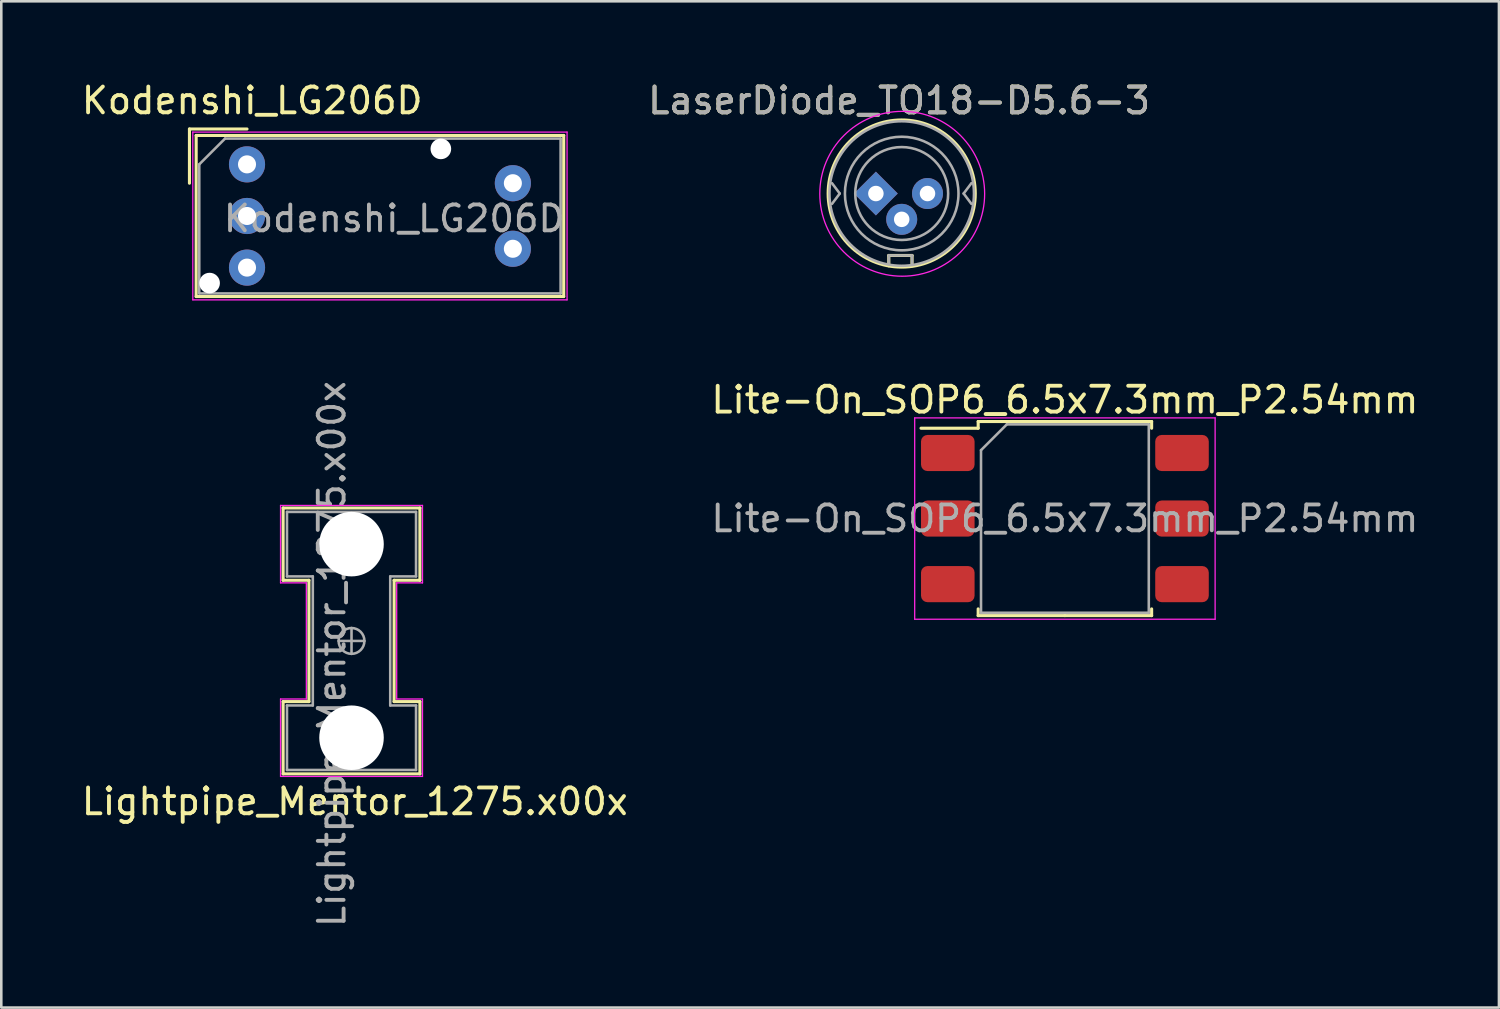
<source format=kicad_pcb>
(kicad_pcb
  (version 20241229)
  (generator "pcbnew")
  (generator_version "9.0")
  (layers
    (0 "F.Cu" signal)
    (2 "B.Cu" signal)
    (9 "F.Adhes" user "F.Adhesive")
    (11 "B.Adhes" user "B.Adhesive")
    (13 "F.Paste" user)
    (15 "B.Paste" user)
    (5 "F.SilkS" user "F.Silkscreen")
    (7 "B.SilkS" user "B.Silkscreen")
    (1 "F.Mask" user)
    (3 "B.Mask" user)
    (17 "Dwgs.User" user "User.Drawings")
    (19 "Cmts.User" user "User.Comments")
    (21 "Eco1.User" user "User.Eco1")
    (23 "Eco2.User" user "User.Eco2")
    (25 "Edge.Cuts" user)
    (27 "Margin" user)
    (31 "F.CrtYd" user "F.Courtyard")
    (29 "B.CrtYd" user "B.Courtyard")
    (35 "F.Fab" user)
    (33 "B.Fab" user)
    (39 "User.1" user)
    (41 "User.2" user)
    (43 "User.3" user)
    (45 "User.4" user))
  (footprint "Lightpipe_Mentor_1275.x00x"
    (layer "F.Cu")
    (at 10.569 21.782)
    (property "Reference" "Lightpipe_Mentor_1275.x00x" (at 0.127 6.223 0) (layer "F.SilkS") (effects (font (size 1 1) (thickness 0.15))))
    (attr through_hole)
    (fp_line (start -2.65 -5.15) (end 2.65 -5.15) (stroke (width 0.12) (type solid)) (layer "F.SilkS"))
    (fp_line (start -2.65 -2.35) (end -2.65 -5.15) (stroke (width 0.12) (type solid)) (layer "F.SilkS"))
    (fp_line (start -2.65 2.35) (end -2.65 5.15) (stroke (width 0.12) (type solid)) (layer "F.SilkS"))
    (fp_line (start -1.65 -2.35) (end -2.65 -2.35) (stroke (width 0.12) (type solid)) (layer "F.SilkS"))
    (fp_line (start -1.65 -2.35) (end -1.65 2.35) (stroke (width 0.12) (type solid)) (layer "F.SilkS"))
    (fp_line (start -1.65 2.35) (end -2.65 2.35) (stroke (width 0.12) (type solid)) (layer "F.SilkS"))
    (fp_line (start 1.65 -2.35) (end 1.65 2.35) (stroke (width 0.12) (type solid)) (layer "F.SilkS"))
    (fp_line (start 1.65 -2.35) (end 2.65 -2.35) (stroke (width 0.12) (type solid)) (layer "F.SilkS"))
    (fp_line (start 1.65 2.35) (end 2.65 2.35) (stroke (width 0.12) (type solid)) (layer "F.SilkS"))
    (fp_line (start 2.65 -5.15) (end 2.65 -2.35) (stroke (width 0.12) (type solid)) (layer "F.SilkS"))
    (fp_line (start 2.65 2.35) (end 2.65 5.15) (stroke (width 0.12) (type solid)) (layer "F.SilkS"))
    (fp_line (start 2.65 5.15) (end -2.65 5.15) (stroke (width 0.12) (type solid)) (layer "F.SilkS"))
    (fp_line (start -2.75 -5.25) (end -2.75 -2.25) (stroke (width 0.05) (type solid)) (layer "F.CrtYd"))
    (fp_line (start -2.75 -2.25) (end -1.75 -2.25) (stroke (width 0.05) (type solid)) (layer "F.CrtYd"))
    (fp_line (start -2.75 2.25) (end -2.75 5.25) (stroke (width 0.05) (type solid)) (layer "F.CrtYd"))
    (fp_line (start -2.75 2.25) (end -1.75 2.25) (stroke (width 0.05) (type solid)) (layer "F.CrtYd"))
    (fp_line (start -2.75 5.25) (end 2.75 5.25) (stroke (width 0.05) (type solid)) (layer "F.CrtYd"))
    (fp_line (start -1.75 2.25) (end -1.75 -2.25) (stroke (width 0.05) (type solid)) (layer "F.CrtYd"))
    (fp_line (start 1.75 -2.25) (end 1.75 2.25) (stroke (width 0.05) (type solid)) (layer "F.CrtYd"))
    (fp_line (start 2.75 -5.25) (end -2.75 -5.25) (stroke (width 0.05) (type solid)) (layer "F.CrtYd"))
    (fp_line (start 2.75 -2.25) (end 1.75 -2.25) (stroke (width 0.05) (type solid)) (layer "F.CrtYd"))
    (fp_line (start 2.75 -2.25) (end 2.75 -5.25) (stroke (width 0.05) (type solid)) (layer "F.CrtYd"))
    (fp_line (start 2.75 2.25) (end 1.75 2.25) (stroke (width 0.05) (type solid)) (layer "F.CrtYd"))
    (fp_line (start 2.75 5.25) (end 2.75 2.25) (stroke (width 0.05) (type solid)) (layer "F.CrtYd"))
    (fp_line (start -2.5 -5) (end 2.5 -5) (stroke (width 0.1) (type solid)) (layer "F.Fab"))
    (fp_line (start -2.5 -2.5) (end -2.5 -5) (stroke (width 0.1) (type solid)) (layer "F.Fab"))
    (fp_line (start -2.5 -2.5) (end -1.5 -2.5) (stroke (width 0.1) (type solid)) (layer "F.Fab"))
    (fp_line (start -2.5 5) (end -2.5 2.5) (stroke (width 0.1) (type solid)) (layer "F.Fab"))
    (fp_line (start -1.5 -2.5) (end -1.5 2.5) (stroke (width 0.1) (type solid)) (layer "F.Fab"))
    (fp_line (start -1.5 2.5) (end -2.5 2.5) (stroke (width 0.1) (type solid)) (layer "F.Fab"))
    (fp_line (start -0.5 0) (end 0.5 0) (stroke (width 0.1) (type solid)) (layer "F.Fab"))
    (fp_line (start 0 -0.5) (end 0 0.5) (stroke (width 0.1) (type solid)) (layer "F.Fab"))
    (fp_line (start 1.5 -2.5) (end 1.5 2.5) (stroke (width 0.1) (type solid)) (layer "F.Fab"))
    (fp_line (start 1.5 -2.5) (end 2.5 -2.5) (stroke (width 0.1) (type solid)) (layer "F.Fab"))
    (fp_line (start 1.5 2.5) (end 2.5 2.5) (stroke (width 0.1) (type solid)) (layer "F.Fab"))
    (fp_line (start 2.5 -5) (end 2.5 -2.5) (stroke (width 0.1) (type solid)) (layer "F.Fab"))
    (fp_line (start 2.5 2.5) (end 2.5 5) (stroke (width 0.1) (type solid)) (layer "F.Fab"))
    (fp_line (start 2.5 5) (end -2.5 5) (stroke (width 0.1) (type solid)) (layer "F.Fab"))
    (fp_circle (center 0 0) (end 0.5 0) (stroke (width 0.1) (type solid)) (fill no) (layer "F.Fab"))
    (fp_text user "${REFERENCE}" (at -0.762 0.508 90) (layer "F.Fab") (effects (font (size 1 1) (thickness 0.15))))
    (pad "" np_thru_hole circle (at 0 -3.75) (size 2.5 2.5) (drill 2.5) (layers "*.Cu" "*.Mask"))
    (pad "" np_thru_hole circle (at 0 3.75) (size 2.5 2.5) (drill 2.5) (layers "*.Cu" "*.Mask")))
  (footprint "Kodenshi_LG206D"
    (layer "F.Cu")
    (at 6.52 3.318)
    (property "Reference" "Kodenshi_LG206D" (at 0.2 -2.47 0) (layer "F.SilkS") (effects (font (size 1 1) (thickness 0.15))))
    (attr through_hole)
    (fp_line (start -2.23 -1.37) (end 0 -1.37) (stroke (width 0.12) (type solid)) (layer "F.SilkS"))
    (fp_line (start -2.23 0.73) (end -2.23 -1.37) (stroke (width 0.12) (type solid)) (layer "F.SilkS"))
    (fp_line (start -1.97 -1.12) (end 12.27 -1.12) (stroke (width 0.12) (type solid)) (layer "F.SilkS"))
    (fp_line (start -1.97 5.12) (end -1.97 -1.12) (stroke (width 0.12) (type solid)) (layer "F.SilkS"))
    (fp_line (start 12.27 -1.12) (end 12.27 5.12) (stroke (width 0.12) (type solid)) (layer "F.SilkS"))
    (fp_line (start 12.27 5.12) (end -1.97 5.12) (stroke (width 0.12) (type solid)) (layer "F.SilkS"))
    (fp_line (start -2.1 -1.25) (end 12.4 -1.25) (stroke (width 0.05) (type solid)) (layer "F.CrtYd"))
    (fp_line (start -2.1 5.25) (end -2.1 -1.25) (stroke (width 0.05) (type solid)) (layer "F.CrtYd"))
    (fp_line (start 12.4 -1.25) (end 12.4 5.25) (stroke (width 0.05) (type solid)) (layer "F.CrtYd"))
    (fp_line (start 12.4 5.25) (end -2.1 5.25) (stroke (width 0.05) (type solid)) (layer "F.CrtYd"))
    (fp_line (start -1.85 0) (end -0.85 -1) (stroke (width 0.1) (type solid)) (layer "F.Fab"))
    (fp_line (start -1.85 5) (end -1.85 0) (stroke (width 0.1) (type solid)) (layer "F.Fab"))
    (fp_line (start -1.85 5) (end 12.15 5) (stroke (width 0.1) (type solid)) (layer "F.Fab"))
    (fp_line (start -0.85 -1) (end 12.15 -1) (stroke (width 0.1) (type solid)) (layer "F.Fab"))
    (fp_line (start 12.15 -1) (end 12.15 5) (stroke (width 0.1) (type solid)) (layer "F.Fab"))
    (fp_text user "${REFERENCE}" (at 5.7 2.1 0) (layer "F.Fab") (effects (font (size 1 1) (thickness 0.15))))
    (pad "" np_thru_hole circle (at -1.45 4.6) (size 0.8 0.8) (drill 0.8) (layers "*.Cu" "*.Mask"))
    (pad "" np_thru_hole circle (at 7.51 -0.6) (size 0.8 0.8) (drill 0.8) (layers "*.Cu" "*.Mask"))
    (pad "1" thru_hole circle (at 0 0) (size 1.4 1.4) (drill 0.7) (layers "*.Cu" "*.Mask"))
    (pad "2" thru_hole circle (at 0 2) (size 1.4 1.4) (drill 0.7) (layers "*.Cu" "*.Mask"))
    (pad "3" thru_hole circle (at 0 4) (size 1.4 1.4) (drill 0.7) (layers "*.Cu" "*.Mask"))
    (pad "4" thru_hole circle (at 10.3 3.27) (size 1.4 1.4) (drill 0.7) (layers "*.Cu" "*.Mask"))
    (pad "5" thru_hole circle (at 10.3 0.73) (size 1.4 1.4) (drill 0.7) (layers "*.Cu" "*.Mask")))
  (footprint "LaserDiode_TO18-D5.6-3"
    (layer "F.Cu")
    (at 30.885 4.448)
    (property "Reference" "LaserDiode_TO18-D5.6-3" (at 0.9 -3.6 0) (layer "F.SilkS") (effects (font (size 1 1) (thickness 0.15))))
    (attr through_hole)
    (fp_line (start 0.5 2.4) (end 1.4 2.4) (stroke (width 0.12) (type solid)) (layer "F.SilkS"))
    (fp_line (start 0.5 2.8) (end 0.5 2.4) (stroke (width 0.12) (type solid)) (layer "F.SilkS"))
    (fp_line (start 1.4 2.4) (end 1.4 2.8) (stroke (width 0.12) (type solid)) (layer "F.SilkS"))
    (fp_circle (center 1 0) (end -1.85 0) (stroke (width 0.12) (type solid)) (fill no) (layer "F.SilkS"))
    (fp_circle (center 1.02 0.01) (end 3.85 1.49) (stroke (width 0.05) (type solid)) (fill no) (layer "F.CrtYd"))
    (fp_line (start -1.4 0) (end -1.7 -0.4) (stroke (width 0.1) (type solid)) (layer "F.Fab"))
    (fp_line (start -1.4 0) (end -1.7 0.4) (stroke (width 0.1) (type solid)) (layer "F.Fab"))
    (fp_line (start 0.5 2.4) (end 1.4 2.4) (stroke (width 0.1) (type solid)) (layer "F.Fab"))
    (fp_line (start 0.5 2.7) (end 0.5 2.4) (stroke (width 0.1) (type solid)) (layer "F.Fab"))
    (fp_line (start 1.4 2.4) (end 1.4 2.7) (stroke (width 0.1) (type solid)) (layer "F.Fab"))
    (fp_line (start 3.4 0) (end 3.7 0.4) (stroke (width 0.1) (type solid)) (layer "F.Fab"))
    (fp_line (start 3.7 -0.4) (end 3.4 0) (stroke (width 0.1) (type solid)) (layer "F.Fab"))
    (fp_circle (center 1 0) (end -1.8 0) (stroke (width 0.1) (type solid)) (fill no) (layer "F.Fab"))
    (fp_circle (center 1 0) (end 2.8 0) (stroke (width 0.1) (type solid)) (fill no) (layer "F.Fab"))
    (fp_circle (center 1 0) (end 3.2 0) (stroke (width 0.1) (type solid)) (fill no) (layer "F.Fab"))
    (fp_text user "${REFERENCE}" (at 0.9 -3.6 0) (layer "F.Fab") (effects (font (size 1 1) (thickness 0.15))))
    (pad "1" thru_hole rect (at 0 0 45) (size 1.2 1.2) (drill 0.6) (layers "*.Cu" "*.Mask"))
    (pad "2" thru_hole circle (at 1 1) (size 1.2 1.2) (drill 0.6) (layers "*.Cu" "*.Mask"))
    (pad "3" thru_hole circle (at 2 0) (size 1.2 1.2) (drill 0.6) (layers "*.Cu" "*.Mask")))
  (footprint "Lite-On_SOP6_6.5x7.3mm_P2.54mm"
    (layer "F.Cu")
    (at 38.208 17.041)
    (property "Reference" "Lite-On_SOP6_6.5x7.3mm_P2.54mm" (at 0 -4.6 0) (layer "F.SilkS") (effects (font (size 1 1) (thickness 0.15))))
    (attr smd)
    (fp_line (start -3.36 -3.76) (end -3.36 -3.5) (stroke (width 0.12) (type solid)) (layer "F.SilkS"))
    (fp_line (start -3.36 -3.5) (end -5.575 -3.5) (stroke (width 0.12) (type solid)) (layer "F.SilkS"))
    (fp_line (start -3.36 3.76) (end -3.36 3.5) (stroke (width 0.12) (type solid)) (layer "F.SilkS"))
    (fp_line (start 0 -3.76) (end -3.36 -3.76) (stroke (width 0.12) (type solid)) (layer "F.SilkS"))
    (fp_line (start 0 -3.76) (end 3.36 -3.76) (stroke (width 0.12) (type solid)) (layer "F.SilkS"))
    (fp_line (start 0 3.76) (end -3.36 3.76) (stroke (width 0.12) (type solid)) (layer "F.SilkS"))
    (fp_line (start 0 3.76) (end 3.36 3.76) (stroke (width 0.12) (type solid)) (layer "F.SilkS"))
    (fp_line (start 3.36 -3.76) (end 3.36 -3.5) (stroke (width 0.12) (type solid)) (layer "F.SilkS"))
    (fp_line (start 3.36 3.76) (end 3.36 3.5) (stroke (width 0.12) (type solid)) (layer "F.SilkS"))
    (fp_line (start -5.82 -3.9) (end -5.82 3.9) (stroke (width 0.05) (type solid)) (layer "F.CrtYd"))
    (fp_line (start -5.82 3.9) (end 5.82 3.9) (stroke (width 0.05) (type solid)) (layer "F.CrtYd"))
    (fp_line (start 5.82 -3.9) (end -5.82 -3.9) (stroke (width 0.05) (type solid)) (layer "F.CrtYd"))
    (fp_line (start 5.82 3.9) (end 5.82 -3.9) (stroke (width 0.05) (type solid)) (layer "F.CrtYd"))
    (fp_line (start -3.25 -2.65) (end -2.25 -3.65) (stroke (width 0.1) (type solid)) (layer "F.Fab"))
    (fp_line (start -3.25 3.65) (end -3.25 -2.65) (stroke (width 0.1) (type solid)) (layer "F.Fab"))
    (fp_line (start -2.25 -3.65) (end 3.25 -3.65) (stroke (width 0.1) (type solid)) (layer "F.Fab"))
    (fp_line (start 3.25 -3.65) (end 3.25 3.65) (stroke (width 0.1) (type solid)) (layer "F.Fab"))
    (fp_line (start 3.25 3.65) (end -3.25 3.65) (stroke (width 0.1) (type solid)) (layer "F.Fab"))
    (fp_text user "${REFERENCE}" (at 0 0 0) (layer "F.Fab") (effects (font (size 1 1) (thickness 0.15))))
    (pad "1" smd roundrect (at -4.537 -2.54) (size 2.075 1.4) (layers "F.Cu" "F.Mask" "F.Paste") (roundrect_rratio 0.179))
    (pad "2" smd roundrect (at -4.537 0) (size 2.075 1.4) (layers "F.Cu" "F.Mask" "F.Paste") (roundrect_rratio 0.179))
    (pad "3" smd roundrect (at -4.537 2.54) (size 2.075 1.4) (layers "F.Cu" "F.Mask" "F.Paste") (roundrect_rratio 0.179))
    (pad "4" smd roundrect (at 4.537 2.54) (size 2.075 1.4) (layers "F.Cu" "F.Mask" "F.Paste") (roundrect_rratio 0.179))
    (pad "5" smd roundrect (at 4.537 0) (size 2.075 1.4) (layers "F.Cu" "F.Mask" "F.Paste") (roundrect_rratio 0.179))
    (pad "6" smd roundrect (at 4.537 -2.54) (size 2.075 1.4) (layers "F.Cu" "F.Mask" "F.Paste") (roundrect_rratio 0.179)))
  (gr_rect
    (start -3 -3)
    (end 55.024 35.986)
    (stroke (width 0.1) (type default))
    (fill no)
    (layer "Edge.Cuts")))
</source>
